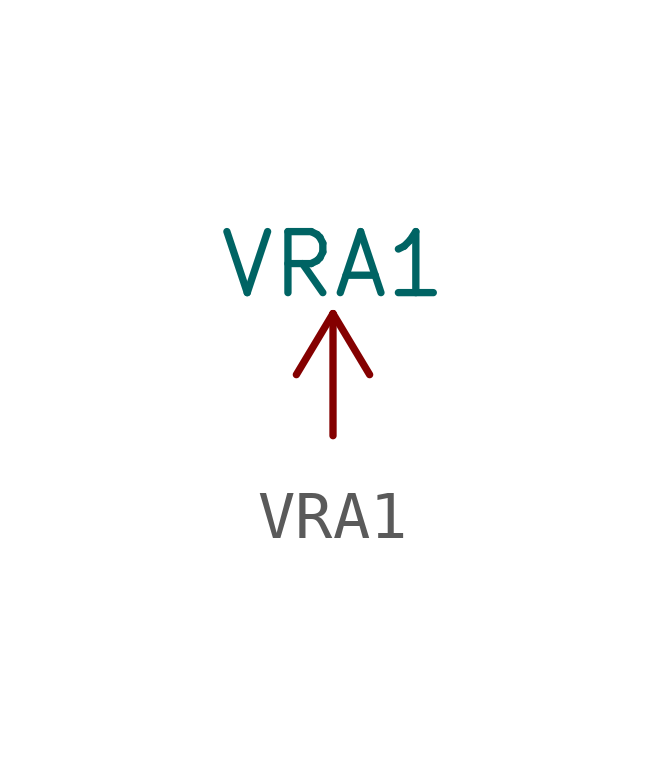
<source format=kicad_sym>
(kicad_symbol_lib
  (version 20211014)
  (generator kicad_symbol_editor)
  (symbol "VRA1"
    (power)
    (pin_names
      (offset 0))
    (property "Reference" "#PWR"
      (at 0 -3.81 0)
      (effects (font (size 1.27 1.27)) hide))
    (property "Value" "VRA1"
      (at 0 3.556 0)
      (effects (font (size 1.27 1.27))))
    (symbol "VRA1_0_1"
      (polyline (pts (xy -0.762 1.27) (xy 0 2.54)) (stroke (width 0) (type default) (color 0 0 0 0)) (fill (type none)))
      (polyline (pts (xy 0 0) (xy 0 2.54)) (stroke (width 0) (type default) (color 0 0 0 0)) (fill (type none)))
      (polyline (pts (xy 0 2.54) (xy 0.762 1.27)) (stroke (width 0) (type default) (color 0 0 0 0)) (fill (type none))))
    (symbol "VRA1_1_1"
      (pin power_in line (at 0 0 90) (length 0) hide (name "+1V8" (effects (font (size 1.27 1.27)))) (number "1" (effects (font (size 1.27 1.27))))))))
</source>
